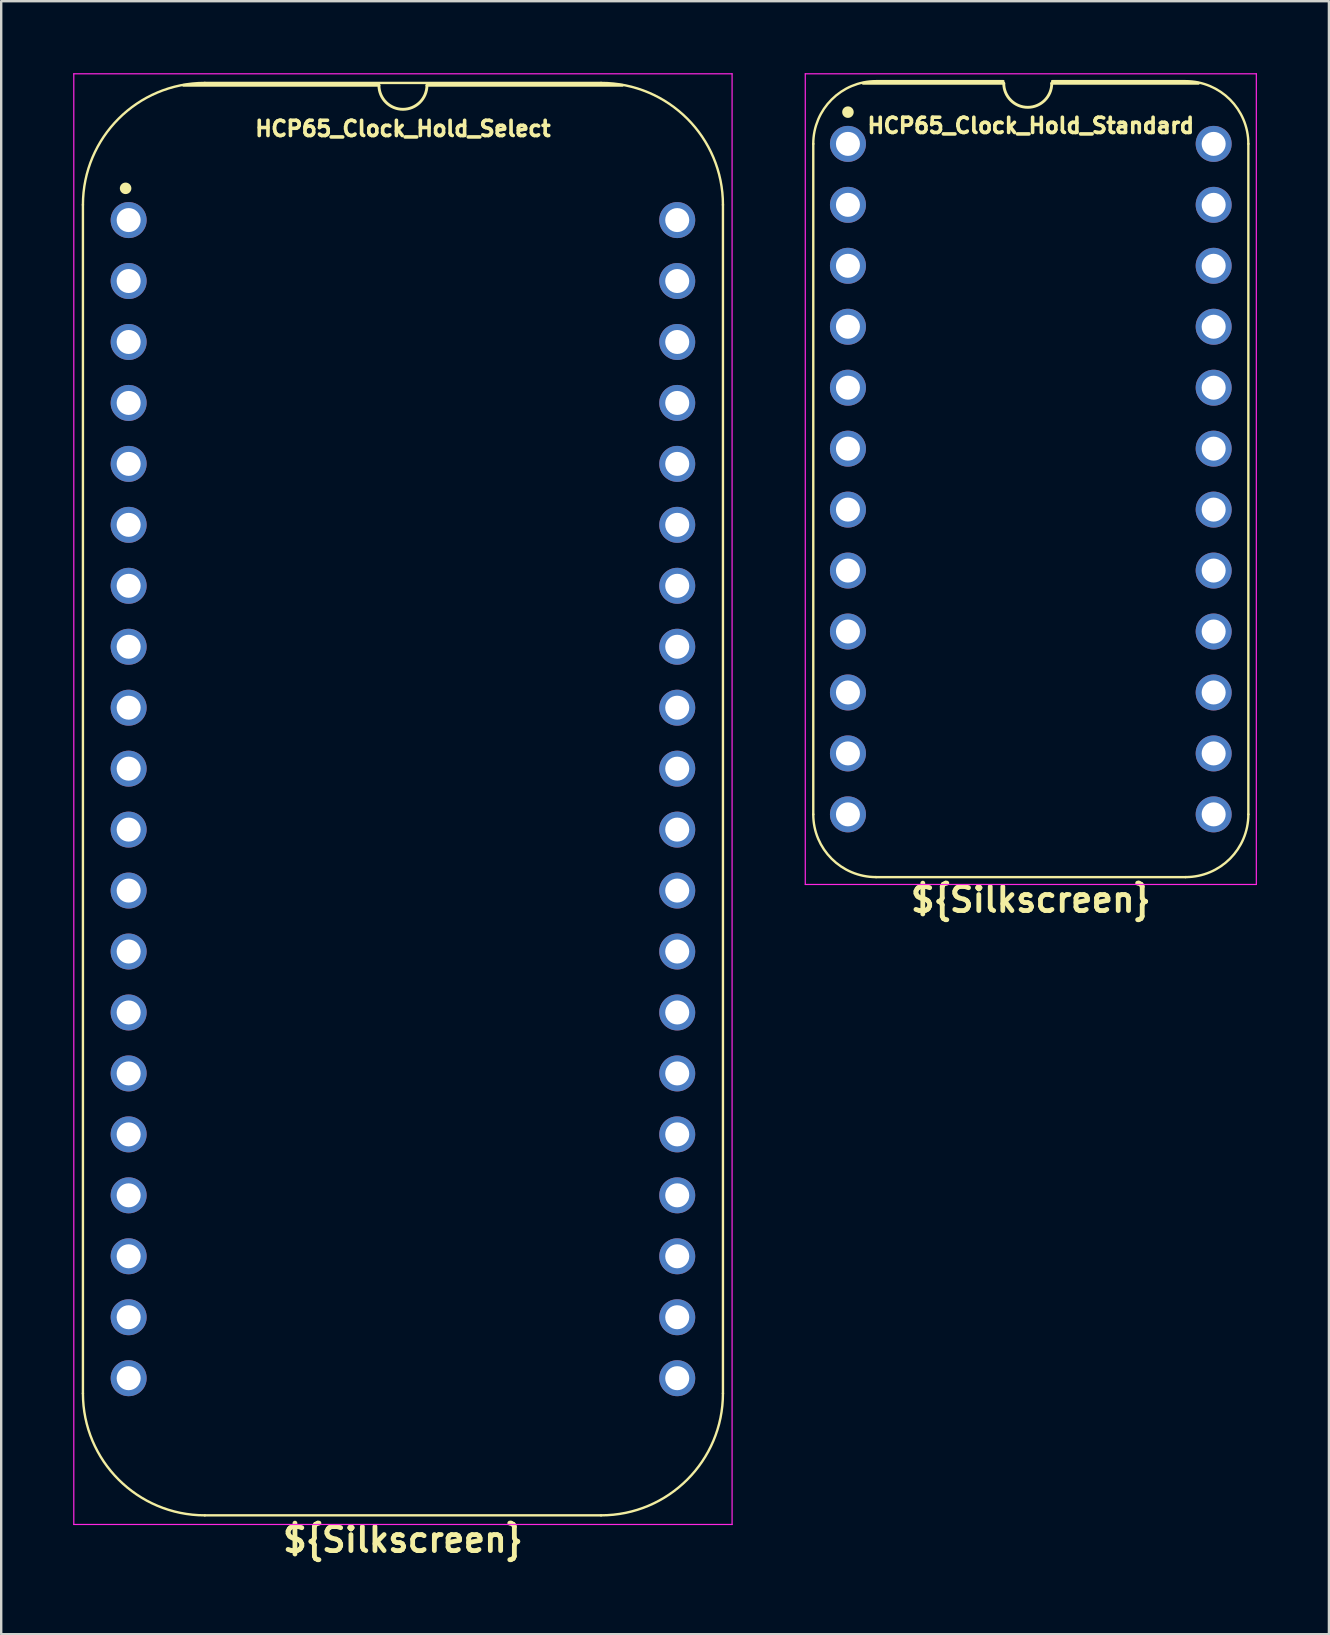
<source format=kicad_pcb>
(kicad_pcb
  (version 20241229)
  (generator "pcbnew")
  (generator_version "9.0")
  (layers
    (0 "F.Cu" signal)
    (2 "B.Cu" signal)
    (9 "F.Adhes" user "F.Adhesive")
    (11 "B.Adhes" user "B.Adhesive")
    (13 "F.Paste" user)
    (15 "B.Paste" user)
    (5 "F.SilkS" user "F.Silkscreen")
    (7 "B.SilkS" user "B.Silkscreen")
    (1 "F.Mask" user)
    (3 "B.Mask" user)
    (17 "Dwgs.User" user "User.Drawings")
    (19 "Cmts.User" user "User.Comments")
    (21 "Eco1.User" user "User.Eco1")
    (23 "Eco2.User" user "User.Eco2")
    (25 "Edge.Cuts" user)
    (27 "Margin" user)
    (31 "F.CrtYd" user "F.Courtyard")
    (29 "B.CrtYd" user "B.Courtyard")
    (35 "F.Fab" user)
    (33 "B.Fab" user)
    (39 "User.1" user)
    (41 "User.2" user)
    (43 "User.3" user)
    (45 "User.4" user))
  (footprint "HCP65_Clock_Hold_Standard"
    (layer "F.Cu")
    (at 32.285 2.946)
    (property "Reference" "HCP65_Clock_Hold_Standard" (at 7.62 -0.762 0) (layer "F.SilkS") (effects (font (size 0.635 0.635) (thickness 0.15))))
    (property "Silkscreen" "${Silkscreen}" (at 7.62 31.496 0) (layer "F.SilkS") (effects (font (size 1 1) (thickness 0.2))))
    (attr through_hole)
    (fp_line (start -1.445 27.94) (end -1.445 0) (stroke (width 0.1) (type solid)) (layer "F.SilkS"))
    (fp_line (start 1.168 -2.614) (end 6.477 -2.614) (stroke (width 0.1) (type solid)) (layer "F.SilkS"))
    (fp_line (start 6.493 -2.524) (end 0.635 -2.524) (stroke (width 0.12) (type solid)) (layer "F.SilkS"))
    (fp_line (start 8.509 -2.614) (end 14.072 -2.614) (stroke (width 0.1) (type solid)) (layer "F.SilkS"))
    (fp_line (start 14.072 30.554) (end 1.168 30.554) (stroke (width 0.1) (type solid)) (layer "F.SilkS"))
    (fp_line (start 14.605 -2.524) (end 8.493 -2.524) (stroke (width 0.12) (type solid)) (layer "F.SilkS"))
    (fp_line (start 16.685 27.94) (end 16.685 0) (stroke (width 0.1) (type solid)) (layer "F.SilkS"))
    (fp_arc (start -1.445332 0) (mid -0.679788 -1.848188) (end 1.1684 -2.613732) (stroke (width 0.1) (type solid)) (layer "F.SilkS"))
    (fp_arc (start 1.168401 30.553733) (mid -0.679788 29.788189) (end -1.445332 27.94) (stroke (width 0.1) (type solid)) (layer "F.SilkS"))
    (fp_arc (start 8.493 -2.524) (mid 7.493 -1.524) (end 6.493 -2.524) (stroke (width 0.12) (type solid)) (layer "F.SilkS"))
    (fp_arc (start 14.0716 -2.613732) (mid 15.919788 -1.848188) (end 16.685332 0) (stroke (width 0.1) (type solid)) (layer "F.SilkS"))
    (fp_arc (start 16.685333 27.940001) (mid 15.919788 29.788188) (end 14.071601 30.553733) (stroke (width 0.1) (type solid)) (layer "F.SilkS"))
    (fp_circle (center 0 -1.323) (end 0.18 -1.323) (stroke (width 0.12) (type solid)) (fill yes) (layer "F.SilkS"))
    (fp_line (start -1.778 -2.921) (end -1.778 30.861) (stroke (width 0.05) (type solid)) (layer "F.CrtYd"))
    (fp_line (start -1.778 -2.921) (end 17.018 -2.921) (stroke (width 0.05) (type solid)) (layer "F.CrtYd"))
    (fp_line (start -1.778 30.861) (end 17.018 30.861) (stroke (width 0.05) (type solid)) (layer "F.CrtYd"))
    (fp_line (start 17.018 -2.921) (end 17.018 30.861) (stroke (width 0.05) (type solid)) (layer "F.CrtYd"))
    (pad "1" thru_hole circle (at 0 0) (size 1.5 1.5) (drill 1) (layers "*.Cu" "*.Mask"))
    (pad "2" thru_hole circle (at 0 2.54) (size 1.5 1.5) (drill 1) (layers "*.Cu" "*.Mask"))
    (pad "3" thru_hole circle (at 0 5.08) (size 1.5 1.5) (drill 1) (layers "*.Cu" "*.Mask"))
    (pad "4" thru_hole circle (at 0 7.62) (size 1.5 1.5) (drill 1) (layers "*.Cu" "*.Mask"))
    (pad "5" thru_hole circle (at 0 10.16) (size 1.5 1.5) (drill 1) (layers "*.Cu" "*.Mask"))
    (pad "6" thru_hole circle (at 0 12.7) (size 1.5 1.5) (drill 1) (layers "*.Cu" "*.Mask"))
    (pad "7" thru_hole circle (at 0 15.24) (size 1.5 1.5) (drill 1) (layers "*.Cu" "*.Mask"))
    (pad "8" thru_hole circle (at 0 17.78) (size 1.5 1.5) (drill 1) (layers "*.Cu" "*.Mask"))
    (pad "9" thru_hole circle (at 0 20.32) (size 1.5 1.5) (drill 1) (layers "*.Cu" "*.Mask"))
    (pad "10" thru_hole circle (at 0 22.86) (size 1.5 1.5) (drill 1) (layers "*.Cu" "*.Mask"))
    (pad "11" thru_hole circle (at 0 25.4) (size 1.5 1.5) (drill 1) (layers "*.Cu" "*.Mask"))
    (pad "12" thru_hole circle (at 0 27.94) (size 1.5 1.5) (drill 1) (layers "*.Cu" "*.Mask"))
    (pad "13" thru_hole circle (at 15.24 27.94) (size 1.5 1.5) (drill 1) (layers "*.Cu" "*.Mask"))
    (pad "14" thru_hole circle (at 15.24 25.4) (size 1.5 1.5) (drill 1) (layers "*.Cu" "*.Mask"))
    (pad "15" thru_hole circle (at 15.24 22.86) (size 1.5 1.5) (drill 1) (layers "*.Cu" "*.Mask"))
    (pad "16" thru_hole circle (at 15.24 20.32) (size 1.5 1.5) (drill 1) (layers "*.Cu" "*.Mask"))
    (pad "17" thru_hole circle (at 15.24 17.78) (size 1.5 1.5) (drill 1) (layers "*.Cu" "*.Mask"))
    (pad "18" thru_hole circle (at 15.24 15.24) (size 1.5 1.5) (drill 1) (layers "*.Cu" "*.Mask"))
    (pad "19" thru_hole circle (at 15.24 12.7) (size 1.5 1.5) (drill 1) (layers "*.Cu" "*.Mask"))
    (pad "20" thru_hole circle (at 15.24 10.16) (size 1.5 1.5) (drill 1) (layers "*.Cu" "*.Mask"))
    (pad "21" thru_hole circle (at 15.24 7.62) (size 1.5 1.5) (drill 1) (layers "*.Cu" "*.Mask"))
    (pad "22" thru_hole circle (at 15.24 5.08) (size 1.5 1.5) (drill 1) (layers "*.Cu" "*.Mask"))
    (pad "23" thru_hole circle (at 15.24 2.54) (size 1.5 1.5) (drill 1) (layers "*.Cu" "*.Mask"))
    (pad "24" thru_hole circle (at 15.24 0) (size 1.5 1.5) (drill 1) (layers "*.Cu" "*.Mask")))
  (footprint "HCP65_Clock_Hold_Select"
    (layer "F.Cu")
    (at 2.311 6.121)
    (property "Reference" "HCP65_Clock_Hold_Select" (at 11.43 -3.81 0) (layer "F.SilkS") (effects (font (size 0.635 0.635) (thickness 0.15))))
    (property "Silkscreen" "${Silkscreen}" (at 11.43 54.991 0) (layer "F.SilkS") (effects (font (size 1 1) (thickness 0.2))))
    (attr through_hole)
    (fp_line (start -1.905 -0.635) (end -1.905 48.895) (stroke (width 0.1) (type solid)) (layer "F.SilkS"))
    (fp_line (start 10.43 -5.616) (end 2.286 -5.616) (stroke (width 0.12) (type solid)) (layer "F.SilkS"))
    (fp_line (start 19.685 -5.715) (end 3.175 -5.715) (stroke (width 0.1) (type solid)) (layer "F.SilkS"))
    (fp_line (start 19.685 53.975) (end 3.175 53.975) (stroke (width 0.1) (type solid)) (layer "F.SilkS"))
    (fp_line (start 20.574 -5.616) (end 12.43 -5.616) (stroke (width 0.12) (type solid)) (layer "F.SilkS"))
    (fp_line (start 24.765 48.895) (end 24.765 -0.635) (stroke (width 0.1) (type solid)) (layer "F.SilkS"))
    (fp_arc (start -1.905 -0.635) (mid -0.417102 -4.227102) (end 3.175 -5.715) (stroke (width 0.1) (type solid)) (layer "F.SilkS"))
    (fp_arc (start 3.175 53.975) (mid -0.417102 52.487102) (end -1.905 48.895) (stroke (width 0.1) (type solid)) (layer "F.SilkS"))
    (fp_arc (start 12.43 -5.616) (mid 11.43 -4.616) (end 10.43 -5.616) (stroke (width 0.12) (type solid)) (layer "F.SilkS"))
    (fp_arc (start 19.685 -5.715) (mid 23.277102 -4.227102) (end 24.765 -0.635) (stroke (width 0.1) (type solid)) (layer "F.SilkS"))
    (fp_arc (start 24.765 48.895) (mid 23.277102 52.487102) (end 19.685 53.975) (stroke (width 0.1) (type solid)) (layer "F.SilkS"))
    (fp_circle (center -0.127 -1.323) (end 0.053 -1.323) (stroke (width 0.12) (type solid)) (fill yes) (layer "F.SilkS"))
    (fp_line (start -2.286 -6.096) (end -2.286 54.356) (stroke (width 0.05) (type solid)) (layer "F.CrtYd"))
    (fp_line (start -2.286 -6.096) (end 25.146 -6.096) (stroke (width 0.05) (type solid)) (layer "F.CrtYd"))
    (fp_line (start -2.286 54.356) (end 25.146 54.356) (stroke (width 0.05) (type solid)) (layer "F.CrtYd"))
    (fp_line (start 25.146 54.356) (end 25.146 -6.096) (stroke (width 0.05) (type solid)) (layer "F.CrtYd"))
    (pad "1" thru_hole circle (at 0 0) (size 1.5 1.5) (drill 1) (layers "*.Cu" "*.Mask"))
    (pad "2" thru_hole circle (at 0 2.54) (size 1.5 1.5) (drill 1) (layers "*.Cu" "*.Mask"))
    (pad "3" thru_hole circle (at 0 5.08) (size 1.5 1.5) (drill 1) (layers "*.Cu" "*.Mask"))
    (pad "4" thru_hole circle (at 0 7.62) (size 1.5 1.5) (drill 1) (layers "*.Cu" "*.Mask"))
    (pad "5" thru_hole circle (at 0 10.16) (size 1.5 1.5) (drill 1) (layers "*.Cu" "*.Mask"))
    (pad "6" thru_hole circle (at 0 12.7) (size 1.5 1.5) (drill 1) (layers "*.Cu" "*.Mask"))
    (pad "7" thru_hole circle (at 0 15.24) (size 1.5 1.5) (drill 1) (layers "*.Cu" "*.Mask"))
    (pad "8" thru_hole circle (at 0 17.78) (size 1.5 1.5) (drill 1) (layers "*.Cu" "*.Mask"))
    (pad "9" thru_hole circle (at 0 20.32) (size 1.5 1.5) (drill 1) (layers "*.Cu" "*.Mask"))
    (pad "10" thru_hole circle (at 0 22.86) (size 1.5 1.5) (drill 1) (layers "*.Cu" "*.Mask"))
    (pad "11" thru_hole circle (at 0 25.4) (size 1.5 1.5) (drill 1) (layers "*.Cu" "*.Mask"))
    (pad "12" thru_hole circle (at 0 27.94) (size 1.5 1.5) (drill 1) (layers "*.Cu" "*.Mask"))
    (pad "13" thru_hole circle (at 0 30.48) (size 1.5 1.5) (drill 1) (layers "*.Cu" "*.Mask"))
    (pad "14" thru_hole circle (at 0 33.02) (size 1.5 1.5) (drill 1) (layers "*.Cu" "*.Mask"))
    (pad "15" thru_hole circle (at 0 35.56) (size 1.5 1.5) (drill 1) (layers "*.Cu" "*.Mask"))
    (pad "16" thru_hole circle (at 0 38.1) (size 1.5 1.5) (drill 1) (layers "*.Cu" "*.Mask"))
    (pad "17" thru_hole circle (at 0 40.64) (size 1.5 1.5) (drill 1) (layers "*.Cu" "*.Mask"))
    (pad "18" thru_hole circle (at 0 43.18) (size 1.5 1.5) (drill 1) (layers "*.Cu" "*.Mask"))
    (pad "19" thru_hole circle (at 0 45.72) (size 1.5 1.5) (drill 1) (layers "*.Cu" "*.Mask"))
    (pad "20" thru_hole circle (at 0 48.26) (size 1.5 1.5) (drill 1) (layers "*.Cu" "*.Mask"))
    (pad "21" thru_hole circle (at 22.86 48.26) (size 1.5 1.5) (drill 1) (layers "*.Cu" "*.Mask"))
    (pad "22" thru_hole circle (at 22.86 45.72) (size 1.5 1.5) (drill 1) (layers "*.Cu" "*.Mask"))
    (pad "23" thru_hole circle (at 22.86 43.18) (size 1.5 1.5) (drill 1) (layers "*.Cu" "*.Mask"))
    (pad "24" thru_hole circle (at 22.86 40.64) (size 1.5 1.5) (drill 1) (layers "*.Cu" "*.Mask"))
    (pad "25" thru_hole circle (at 22.86 38.1) (size 1.5 1.5) (drill 1) (layers "*.Cu" "*.Mask"))
    (pad "26" thru_hole circle (at 22.86 35.56) (size 1.5 1.5) (drill 1) (layers "*.Cu" "*.Mask"))
    (pad "27" thru_hole circle (at 22.86 33.02) (size 1.5 1.5) (drill 1) (layers "*.Cu" "*.Mask"))
    (pad "28" thru_hole circle (at 22.86 30.48) (size 1.5 1.5) (drill 1) (layers "*.Cu" "*.Mask"))
    (pad "29" thru_hole circle (at 22.86 27.94) (size 1.5 1.5) (drill 1) (layers "*.Cu" "*.Mask"))
    (pad "30" thru_hole circle (at 22.86 25.4) (size 1.5 1.5) (drill 1) (layers "*.Cu" "*.Mask"))
    (pad "31" thru_hole circle (at 22.86 22.86) (size 1.5 1.5) (drill 1) (layers "*.Cu" "*.Mask"))
    (pad "32" thru_hole circle (at 22.86 20.32) (size 1.5 1.5) (drill 1) (layers "*.Cu" "*.Mask"))
    (pad "33" thru_hole circle (at 22.86 17.78) (size 1.5 1.5) (drill 1) (layers "*.Cu" "*.Mask"))
    (pad "34" thru_hole circle (at 22.86 15.24) (size 1.5 1.5) (drill 1) (layers "*.Cu" "*.Mask"))
    (pad "35" thru_hole circle (at 22.86 12.7) (size 1.5 1.5) (drill 1) (layers "*.Cu" "*.Mask"))
    (pad "36" thru_hole circle (at 22.86 10.16) (size 1.5 1.5) (drill 1) (layers "*.Cu" "*.Mask"))
    (pad "37" thru_hole circle (at 22.86 7.62) (size 1.5 1.5) (drill 1) (layers "*.Cu" "*.Mask"))
    (pad "38" thru_hole circle (at 22.86 5.08) (size 1.5 1.5) (drill 1) (layers "*.Cu" "*.Mask"))
    (pad "39" thru_hole circle (at 22.86 2.54) (size 1.5 1.5) (drill 1) (layers "*.Cu" "*.Mask"))
    (pad "40" thru_hole circle (at 22.86 0) (size 1.5 1.5) (drill 1) (layers "*.Cu" "*.Mask")))
  (gr_rect
    (start -3 -3)
    (end 52.328 65.048)
    (stroke (width 0.1) (type default))
    (fill no)
    (layer "Edge.Cuts")))
</source>
